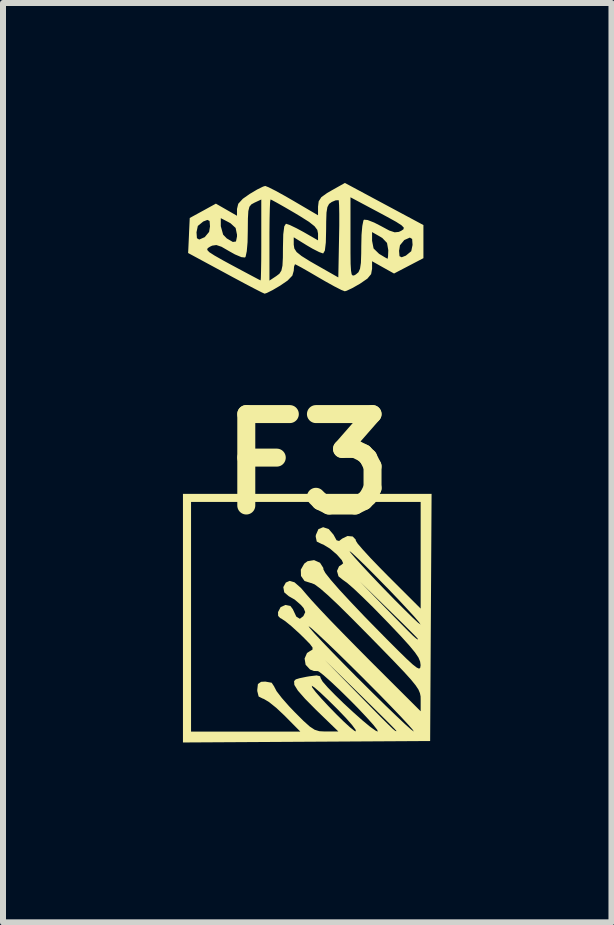
<source format=kicad_pcb>
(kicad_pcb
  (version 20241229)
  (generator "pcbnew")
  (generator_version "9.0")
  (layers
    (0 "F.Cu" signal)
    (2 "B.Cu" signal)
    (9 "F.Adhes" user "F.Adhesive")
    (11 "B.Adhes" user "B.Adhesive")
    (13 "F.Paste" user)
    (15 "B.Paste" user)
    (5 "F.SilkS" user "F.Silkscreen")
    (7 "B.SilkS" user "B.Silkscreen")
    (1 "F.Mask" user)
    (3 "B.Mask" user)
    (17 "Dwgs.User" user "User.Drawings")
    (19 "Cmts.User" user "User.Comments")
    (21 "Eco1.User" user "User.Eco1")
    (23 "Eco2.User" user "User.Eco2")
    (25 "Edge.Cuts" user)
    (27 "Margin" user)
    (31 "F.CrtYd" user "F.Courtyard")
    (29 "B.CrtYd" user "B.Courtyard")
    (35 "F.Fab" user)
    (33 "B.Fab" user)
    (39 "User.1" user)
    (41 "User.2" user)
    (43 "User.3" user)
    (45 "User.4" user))
  (footprint "F3"
    (layer "F.Cu")
    (at 2.072 4.688)
    (property "Reference" "F3" (at 0 0 0) (layer "F.SilkS") (effects (font (size 1.524 1.524) (thickness 0.3))))
    (attr board_only exclude_from_pos_files exclude_from_bom)
    (fp_poly (pts (xy 1.282 -4.337) (xy 1.937 -3.986) (xy 1.937 -3.434) (xy 1.692 -3.306) (xy 1.447 -3.178) (xy 1.264 -3.28) (xy 1.081 -3.383) (xy 1.081 -3.256) (xy 1.065 -3.168) (xy 1.003 -3.093) (xy 0.878 -3.007) (xy 0.876 -3.006) (xy 0.753 -2.936) (xy 0.658 -2.891) (xy 0.626 -2.882) (xy 0.569 -2.904) (xy 0.455 -2.962) (xy 0.302 -3.047) (xy 0.198 -3.107) (xy 0.034 -3.203) (xy -0.099 -3.279) (xy -0.184 -3.324) (xy -0.204 -3.333) (xy -0.22 -3.294) (xy -0.225 -3.224) (xy -0.248 -3.143) (xy -0.327 -3.061) (xy -0.451 -2.976) (xy -0.577 -2.902) (xy -0.673 -2.854) (xy -0.71 -2.842) (xy -0.759 -2.864) (xy -0.873 -2.922) (xy -1.037 -3.008) (xy -1.134 -3.06) (xy -0.63 -3.06) (xy -0.518 -3.134) (xy -0.464 -3.175) (xy -0.431 -3.227) (xy -0.413 -3.309) (xy -0.406 -3.443) (xy -0.405 -3.608) (xy -0.401 -3.782) (xy -0.225 -3.782) (xy -0.225 -3.659) (xy -0.215 -3.595) (xy -0.177 -3.536) (xy -0.095 -3.47) (xy 0.044 -3.383) (xy 0.147 -3.324) (xy 0.518 -3.113) (xy 0.53 -3.747) (xy 0.534 -3.976) (xy 0.534 -4.172) (xy 0.531 -4.316) (xy 0.526 -4.393) (xy 0.523 -4.401) (xy 0.473 -4.398) (xy 0.409 -4.371) (xy 0.364 -4.338) (xy 0.336 -4.285) (xy 0.321 -4.194) (xy 0.316 -4.043) (xy 0.315 -3.917) (xy 0.31 -3.695) (xy 0.294 -3.561) (xy 0.266 -3.513) (xy 0.264 -3.513) (xy 0.2 -3.535) (xy 0.088 -3.592) (xy -0.006 -3.647) (xy -0.225 -3.782) (xy -0.401 -3.782) (xy -0.4 -3.83) (xy -0.383 -3.964) (xy -0.355 -4.008) (xy -0.291 -3.987) (xy -0.177 -3.932) (xy -0.062 -3.87) (xy 0.18 -3.731) (xy 0.18 -3.845) (xy 0.168 -3.905) (xy 0.122 -3.966) (xy 0.03 -4.039) (xy -0.124 -4.136) (xy -0.207 -4.186) (xy -0.372 -4.282) (xy -0.506 -4.358) (xy -0.591 -4.404) (xy -0.612 -4.413) (xy -0.619 -4.371) (xy -0.624 -4.254) (xy -0.628 -4.078) (xy -0.63 -3.859) (xy -0.63 -3.737) (xy -0.63 -3.06) (xy -1.134 -3.06) (xy -1.237 -3.115) (xy -1.364 -3.184) (xy -1.986 -3.52) (xy -1.983 -3.572) (xy -1.668 -3.572) (xy -1.633 -3.534) (xy -1.546 -3.478) (xy -1.396 -3.393) (xy -1.256 -3.317) (xy -1.073 -3.219) (xy -0.921 -3.138) (xy -0.817 -3.083) (xy -0.777 -3.063) (xy -0.773 -3.105) (xy -0.77 -3.222) (xy -0.767 -3.398) (xy -0.766 -3.617) (xy -0.766 -3.737) (xy -0.766 -4.412) (xy -0.878 -4.36) (xy -0.931 -4.331) (xy -0.964 -4.291) (xy -0.982 -4.219) (xy -0.989 -4.097) (xy -0.991 -3.905) (xy -0.991 -3.891) (xy -0.995 -3.699) (xy -1.008 -3.549) (xy -1.027 -3.46) (xy -1.037 -3.445) (xy -1.097 -3.451) (xy -1.206 -3.497) (xy -1.299 -3.549) (xy -1.429 -3.624) (xy -1.515 -3.653) (xy -1.584 -3.643) (xy -1.62 -3.626) (xy -1.66 -3.6) (xy -1.668 -3.572) (xy -1.983 -3.572) (xy -1.972 -3.812) (xy -1.97 -3.866) (xy -1.846 -3.866) (xy -1.839 -3.767) (xy -1.801 -3.744) (xy -1.71 -3.784) (xy -1.708 -3.785) (xy -1.636 -3.872) (xy -1.621 -3.964) (xy -1.628 -4.054) (xy -1.664 -4.072) (xy -1.734 -4.045) (xy -1.824 -3.971) (xy -1.846 -3.866) (xy -1.97 -3.866) (xy -1.959 -4.101) (xy -1.441 -4.101) (xy -1.441 -3.967) (xy -1.402 -3.826) (xy -1.341 -3.763) (xy -1.24 -3.704) (xy -1.188 -3.712) (xy -1.171 -3.795) (xy -1.171 -3.827) (xy -1.194 -3.938) (xy -1.278 -4.015) (xy -1.306 -4.031) (xy -1.441 -4.101) (xy -1.959 -4.101) (xy -1.959 -4.104) (xy -1.741 -4.223) (xy -1.523 -4.343) (xy -1.347 -4.242) (xy -1.171 -4.141) (xy -1.171 -4.255) (xy -1.15 -4.341) (xy -1.074 -4.424) (xy -0.959 -4.505) (xy -0.834 -4.579) (xy -0.737 -4.627) (xy -0.7 -4.638) (xy -0.644 -4.616) (xy -0.529 -4.558) (xy -0.373 -4.472) (xy -0.236 -4.393) (xy 0.18 -4.149) (xy 0.18 -4.293) (xy 0.191 -4.382) (xy 0.234 -4.449) (xy 0.721 -4.449) (xy 0.721 -3.778) (xy 0.721 -3.52) (xy 0.723 -3.34) (xy 0.73 -3.225) (xy 0.741 -3.163) (xy 0.761 -3.143) (xy 0.789 -3.15) (xy 0.811 -3.163) (xy 0.854 -3.2) (xy 0.88 -3.258) (xy 0.895 -3.356) (xy 0.9 -3.515) (xy 0.901 -3.634) (xy 0.905 -3.821) (xy 0.909 -3.869) (xy 1.081 -3.869) (xy 1.081 -3.724) (xy 1.106 -3.596) (xy 1.197 -3.507) (xy 1.205 -3.502) (xy 1.293 -3.449) (xy 1.339 -3.424) (xy 1.34 -3.424) (xy 1.347 -3.462) (xy 1.351 -3.557) (xy 1.531 -3.557) (xy 1.538 -3.467) (xy 1.574 -3.449) (xy 1.644 -3.476) (xy 1.734 -3.55) (xy 1.756 -3.655) (xy 1.749 -3.754) (xy 1.711 -3.777) (xy 1.62 -3.737) (xy 1.618 -3.736) (xy 1.546 -3.649) (xy 1.531 -3.557) (xy 1.351 -3.557) (xy 1.351 -3.558) (xy 1.351 -3.569) (xy 1.33 -3.688) (xy 1.252 -3.77) (xy 1.216 -3.792) (xy 1.081 -3.869) (xy 0.909 -3.869) (xy 0.918 -3.97) (xy 0.936 -4.06) (xy 0.946 -4.076) (xy 1.007 -4.07) (xy 1.117 -4.027) (xy 1.228 -3.97) (xy 1.367 -3.895) (xy 1.458 -3.865) (xy 1.527 -3.872) (xy 1.566 -3.89) (xy 1.604 -3.915) (xy 1.61 -3.943) (xy 1.572 -3.982) (xy 1.482 -4.04) (xy 1.328 -4.125) (xy 1.194 -4.197) (xy 0.721 -4.449) (xy 0.234 -4.449) (xy 0.234 -4.45) (xy 0.331 -4.52) (xy 0.404 -4.562) (xy 0.628 -4.688)) (stroke (width 0) (type solid)) (fill yes) (layer "F.SilkS"))
    (fp_poly (pts (xy 2.061 2.556) (xy 2.049 4.616) (xy -0.011 4.628) (xy -2.072 4.64) (xy -2.072 4.459) (xy -1.937 4.459) (xy -0.115 4.459) (xy -0.381 4.19) (xy -0.515 4.064) (xy -0.636 3.967) (xy -0.724 3.914) (xy -0.74 3.909) (xy -0.81 3.874) (xy -0.833 3.783) (xy -0.833 3.76) (xy -0.822 3.665) (xy -0.769 3.629) (xy -0.699 3.625) (xy -0.593 3.644) (xy -0.55 3.709) (xy -0.548 3.715) (xy -0.511 3.785) (xy -0.424 3.898) (xy -0.301 4.038) (xy -0.211 4.132) (xy -0.063 4.28) (xy 0.043 4.375) (xy 0.124 4.428) (xy 0.201 4.452) (xy 0.291 4.457) (xy 0.314 4.457) (xy 0.518 4.456) (xy 0.146 4.096) (xy -0.037 3.911) (xy -0.156 3.775) (xy -0.207 3.693) (xy 0.075 3.693) (xy 0.082 3.722) (xy 0.14 3.798) (xy 0.235 3.907) (xy 0.354 4.035) (xy 0.483 4.168) (xy 0.607 4.29) (xy 0.713 4.387) (xy 0.787 4.446) (xy 0.81 4.456) (xy 0.806 4.428) (xy 0.747 4.348) (xy 0.644 4.231) (xy 0.505 4.086) (xy 0.495 4.076) (xy 0.344 3.927) (xy 0.215 3.805) (xy 0.12 3.723) (xy 0.075 3.693) (xy 0.075 3.693) (xy -0.207 3.693) (xy -0.215 3.68) (xy -0.219 3.617) (xy -0.191 3.588) (xy -0.129 3.569) (xy -0.014 3.545) (xy 0.034 3.537) (xy 0.157 3.522) (xy 0.214 3.536) (xy 0.225 3.571) (xy 0.257 3.626) (xy 0.343 3.724) (xy 0.468 3.852) (xy 0.616 3.996) (xy 0.773 4.141) (xy 0.923 4.274) (xy 1.051 4.38) (xy 1.143 4.445) (xy 1.176 4.459) (xy 1.167 4.429) (xy 1.102 4.346) (xy 0.991 4.222) (xy 0.844 4.066) (xy 0.723 3.943) (xy 0.548 3.771) (xy 0.394 3.626) (xy 0.272 3.518) (xy 0.195 3.458) (xy 0.173 3.45) (xy 0.109 3.448) (xy 0.046 3.423) (xy -0.027 3.344) (xy -0.04 3.265) (xy 0.293 3.265) (xy 0.878 3.862) (xy 1.089 4.077) (xy 1.245 4.235) (xy 1.355 4.344) (xy 1.425 4.412) (xy 1.466 4.446) (xy 1.483 4.453) (xy 1.486 4.447) (xy 1.456 4.413) (xy 1.371 4.326) (xy 1.241 4.197) (xy 1.077 4.035) (xy 0.889 3.85) (xy 0.293 3.265) (xy -0.04 3.265) (xy -0.044 3.241) (xy -0.004 3.149) (xy 0.048 3.115) (xy 0.087 3.093) (xy 0.089 3.058) (xy 0.045 2.998) (xy -0.053 2.898) (xy -0.129 2.824) (xy -0.26 2.705) (xy -0.263 2.702) (xy 0.023 2.702) (xy 0.042 2.732) (xy 0.117 2.818) (xy 0.241 2.951) (xy 0.406 3.123) (xy 0.604 3.326) (xy 0.828 3.553) (xy 0.856 3.58) (xy 1.087 3.81) (xy 1.298 4.017) (xy 1.482 4.194) (xy 1.628 4.332) (xy 1.73 4.423) (xy 1.777 4.458) (xy 1.778 4.459) (xy 1.759 4.428) (xy 1.684 4.343) (xy 1.561 4.21) (xy 1.396 4.038) (xy 1.198 3.834) (xy 0.973 3.608) (xy 0.946 3.58) (xy 0.715 3.351) (xy 0.503 3.143) (xy 0.32 2.967) (xy 0.173 2.829) (xy 0.072 2.738) (xy 0.025 2.702) (xy 0.023 2.702) (xy -0.263 2.702) (xy -0.369 2.616) (xy -0.439 2.57) (xy -0.45 2.567) (xy -0.485 2.53) (xy -0.487 2.466) (xy -0.443 2.383) (xy -0.362 2.347) (xy -0.281 2.364) (xy -0.241 2.417) (xy -0.182 2.542) (xy -0.123 2.578) (xy -0.065 2.534) (xy -0.033 2.467) (xy -0.06 2.4) (xy -0.105 2.348) (xy -0.209 2.258) (xy -0.307 2.202) (xy -0.383 2.138) (xy -0.399 2.05) (xy -0.357 1.974) (xy -0.293 1.946) (xy -0.212 1.97) (xy -0.105 2.064) (xy -0.013 2.172) (xy 0.071 2.268) (xy 0.208 2.417) (xy 0.387 2.606) (xy 0.598 2.823) (xy 0.829 3.058) (xy 1.034 3.265) (xy 1.891 4.12) (xy 1.891 3.93) (xy 1.89 3.872) (xy 1.879 3.818) (xy 1.854 3.758) (xy 1.806 3.686) (xy 1.729 3.591) (xy 1.615 3.465) (xy 1.458 3.3) (xy 1.251 3.087) (xy 1.03 2.861) (xy 0.748 2.576) (xy 0.522 2.352) (xy 0.346 2.186) (xy 0.215 2.072) (xy 0.124 2.005) (xy 0.068 1.982) (xy 0.063 1.982) (xy -0.045 1.948) (xy -0.104 1.864) (xy -0.107 1.759) (xy -0.05 1.659) (xy 0.005 1.618) (xy 0.114 1.6) (xy 0.213 1.644) (xy 0.268 1.73) (xy 0.27 1.756) (xy 0.302 1.815) (xy 0.392 1.929) (xy 0.535 2.093) (xy 0.725 2.298) (xy 0.955 2.54) (xy 1.079 2.667) (xy 1.325 2.917) (xy 1.516 3.108) (xy 1.658 3.247) (xy 1.759 3.34) (xy 1.825 3.391) (xy 1.864 3.409) (xy 1.883 3.397) (xy 1.889 3.363) (xy 1.89 3.35) (xy 1.882 3.291) (xy 1.854 3.224) (xy 1.796 3.138) (xy 1.7 3.022) (xy 1.559 2.866) (xy 1.364 2.66) (xy 1.297 2.591) (xy 1.105 2.394) (xy 0.927 2.219) (xy 0.776 2.076) (xy 0.663 1.978) (xy 0.636 1.959) (xy 0.878 1.959) (xy 1.35 2.443) (xy 1.538 2.635) (xy 1.672 2.771) (xy 1.761 2.859) (xy 1.814 2.906) (xy 1.84 2.923) (xy 1.846 2.916) (xy 1.846 2.915) (xy 1.816 2.881) (xy 1.732 2.796) (xy 1.606 2.67) (xy 1.448 2.515) (xy 1.362 2.431) (xy 0.878 1.959) (xy 0.636 1.959) (xy 0.6 1.933) (xy 0.599 1.933) (xy 0.521 1.87) (xy 0.496 1.781) (xy 0.53 1.704) (xy 0.566 1.681) (xy 0.599 1.653) (xy 0.577 1.601) (xy 0.494 1.507) (xy 0.493 1.506) (xy 0.425 1.448) (xy 0.704 1.448) (xy 0.722 1.476) (xy 0.793 1.559) (xy 0.91 1.688) (xy 1.063 1.852) (xy 1.244 2.042) (xy 1.267 2.066) (xy 1.454 2.258) (xy 1.62 2.424) (xy 1.754 2.556) (xy 1.846 2.642) (xy 1.888 2.673) (xy 1.889 2.673) (xy 1.865 2.636) (xy 1.788 2.546) (xy 1.666 2.413) (xy 1.51 2.246) (xy 1.328 2.056) (xy 1.326 2.055) (xy 1.14 1.865) (xy 0.974 1.698) (xy 0.839 1.567) (xy 0.746 1.48) (xy 0.704 1.448) (xy 0.425 1.448) (xy 0.38 1.409) (xy 0.27 1.342) (xy 0.239 1.33) (xy 0.159 1.291) (xy 0.141 1.208) (xy 0.144 1.181) (xy 0.186 1.084) (xy 0.265 1.051) (xy 0.358 1.082) (xy 0.438 1.176) (xy 0.443 1.185) (xy 0.489 1.269) (xy 0.531 1.281) (xy 0.583 1.241) (xy 0.671 1.198) (xy 0.758 1.206) (xy 0.808 1.258) (xy 0.811 1.278) (xy 0.841 1.325) (xy 0.926 1.424) (xy 1.053 1.563) (xy 1.214 1.73) (xy 1.351 1.869) (xy 1.891 2.408) (xy 1.891 0.63) (xy -1.937 0.63) (xy -1.937 4.459) (xy -2.072 4.459) (xy -2.072 0.495) (xy 2.073 0.495)) (stroke (width 0) (type solid)) (fill yes) (layer "F.SilkS")))
  (gr_rect
    (start -3 -3)
    (end 7.144 12.327)
    (stroke (width 0.1) (type default))
    (fill no)
    (layer "Edge.Cuts")))
</source>
